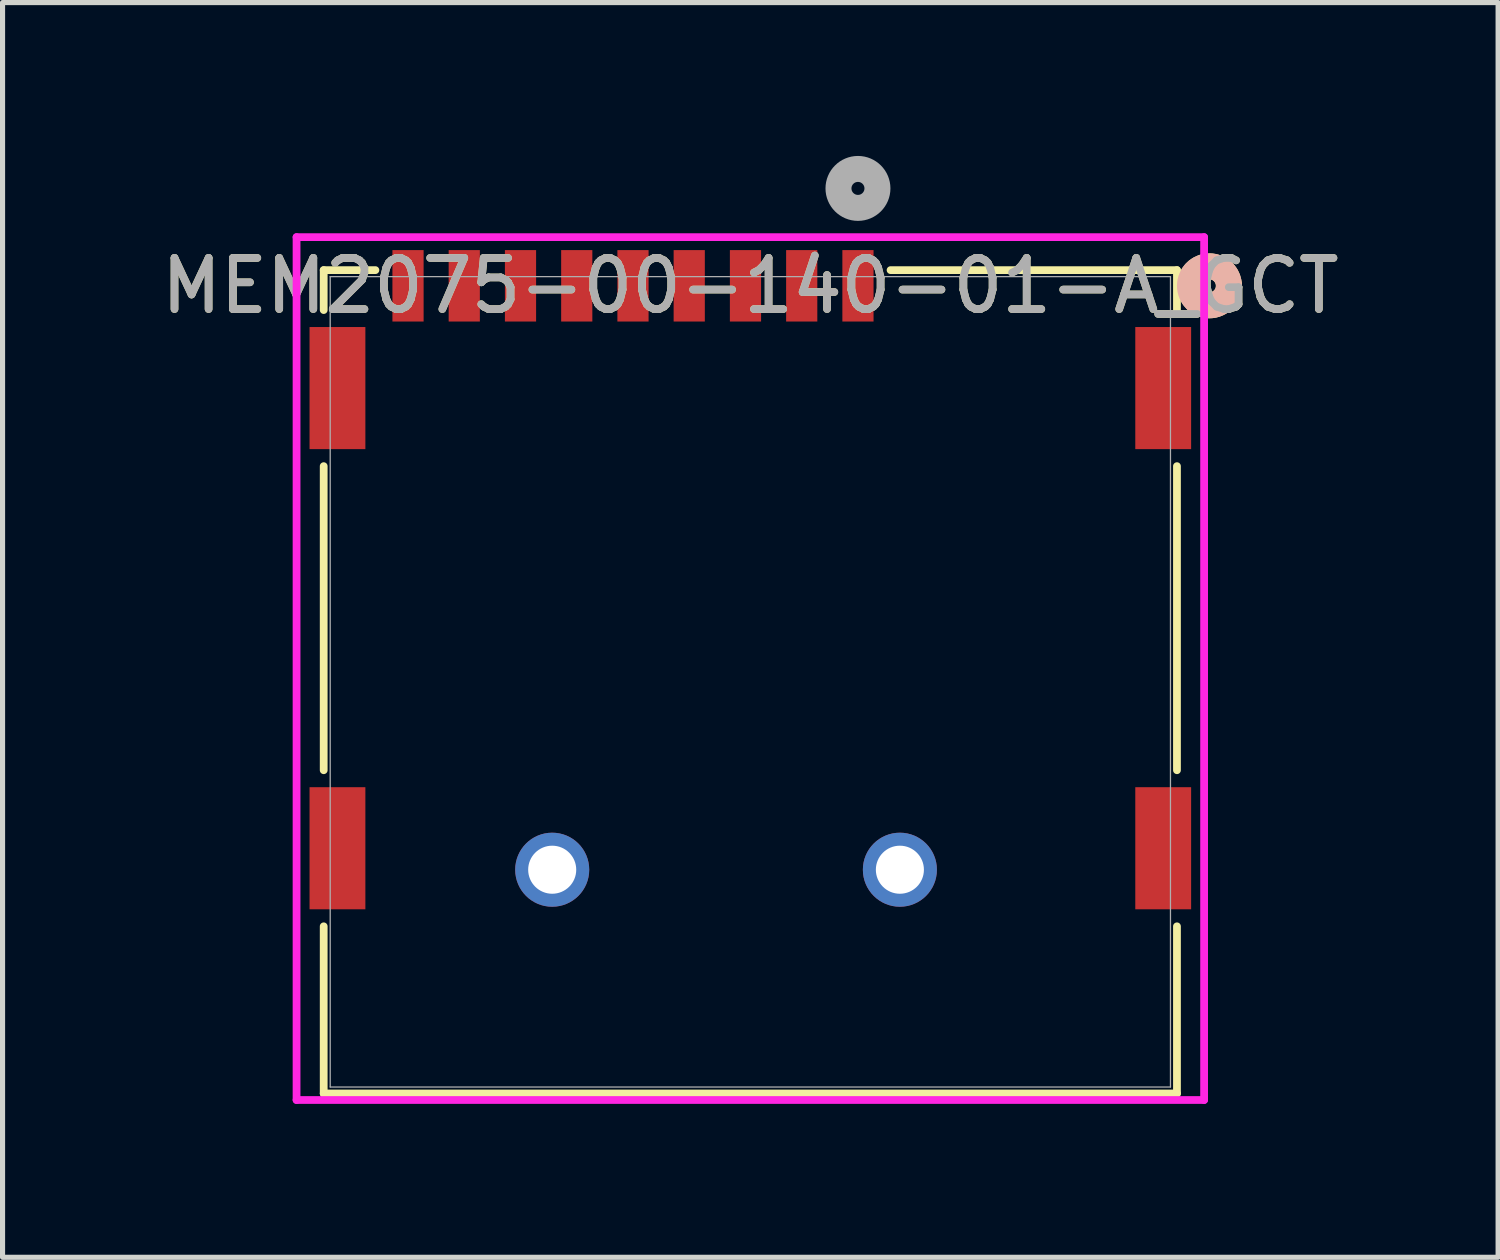
<source format=kicad_pcb>
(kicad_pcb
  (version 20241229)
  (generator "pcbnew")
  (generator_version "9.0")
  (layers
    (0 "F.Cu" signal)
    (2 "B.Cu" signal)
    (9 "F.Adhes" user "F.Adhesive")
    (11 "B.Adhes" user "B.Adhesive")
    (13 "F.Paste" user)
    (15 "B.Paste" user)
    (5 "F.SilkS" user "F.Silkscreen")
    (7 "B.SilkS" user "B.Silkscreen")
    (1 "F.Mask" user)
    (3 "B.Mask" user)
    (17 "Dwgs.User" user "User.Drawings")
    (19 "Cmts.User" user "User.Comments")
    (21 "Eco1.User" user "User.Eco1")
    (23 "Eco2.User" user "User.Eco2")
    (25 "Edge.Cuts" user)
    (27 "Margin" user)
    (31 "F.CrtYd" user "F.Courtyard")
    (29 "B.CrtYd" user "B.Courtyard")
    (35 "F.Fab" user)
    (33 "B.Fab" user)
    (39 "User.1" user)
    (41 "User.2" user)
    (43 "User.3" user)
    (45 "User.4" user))
  (footprint "MEM2075-00-140-01-A_GCT"
    (layer "F.Cu")
    (at 11.625 10.285)
    (property "Reference" "MEM2075-00-140-01-A_GCT" (at 0 -7.745 0) (unlocked yes) (layer "F.SilkS") (effects (font (size 1 1) (thickness 0.15))))
    (attr smd)
    (fp_line (start -8.344 -8.052) (end -8.344 -7.271) (stroke (width 0.152) (type solid)) (layer "F.SilkS"))
    (fp_line (start -8.344 -4.218) (end -8.344 1.729) (stroke (width 0.152) (type solid)) (layer "F.SilkS"))
    (fp_line (start -8.344 4.782) (end -8.344 8.052) (stroke (width 0.152) (type solid)) (layer "F.SilkS"))
    (fp_line (start -8.344 8.052) (end 8.344 8.052) (stroke (width 0.152) (type solid)) (layer "F.SilkS"))
    (fp_line (start -7.333 -8.052) (end -8.344 -8.052) (stroke (width 0.152) (type solid)) (layer "F.SilkS"))
    (fp_line (start 8.344 -8.052) (end 2.743 -8.052) (stroke (width 0.152) (type solid)) (layer "F.SilkS"))
    (fp_line (start 8.344 -7.271) (end 8.344 -8.052) (stroke (width 0.152) (type solid)) (layer "F.SilkS"))
    (fp_line (start 8.344 1.729) (end 8.344 -4.218) (stroke (width 0.152) (type solid)) (layer "F.SilkS"))
    (fp_line (start 8.344 8.052) (end 8.344 4.782) (stroke (width 0.152) (type solid)) (layer "F.SilkS"))
    (fp_arc (start 8.767855 -7.427592) (mid 8.798966 -8.080634) (end 9.3599 -7.7448) (stroke (width 0.508) (type solid)) (layer "F.SilkS"))
    (fp_arc (start 9.3599 -7.7448) (mid 9.212871 -7.444103) (end 8.885261 -7.375486) (stroke (width 0.508) (type solid)) (layer "F.SilkS"))
    (fp_circle (center 8.979 -7.745) (end 9.36 -7.745) (stroke (width 0.508) (type solid)) (fill no) (layer "B.SilkS"))
    (fp_line (start -8.875 -8.697) (end -8.875 8.179) (stroke (width 0.152) (type solid)) (layer "F.CrtYd"))
    (fp_line (start -8.875 8.179) (end 8.875 8.179) (stroke (width 0.152) (type solid)) (layer "F.CrtYd"))
    (fp_line (start 8.875 -8.697) (end -8.875 -8.697) (stroke (width 0.152) (type solid)) (layer "F.CrtYd"))
    (fp_line (start 8.875 8.179) (end 8.875 -8.697) (stroke (width 0.152) (type solid)) (layer "F.CrtYd"))
    (fp_line (start -8.217 -7.925) (end -8.217 7.925) (stroke (width 0.025) (type solid)) (layer "F.Fab"))
    (fp_line (start -8.217 7.925) (end 8.217 7.925) (stroke (width 0.025) (type solid)) (layer "F.Fab"))
    (fp_line (start 8.217 -7.925) (end -8.217 -7.925) (stroke (width 0.025) (type solid)) (layer "F.Fab"))
    (fp_line (start 8.217 7.925) (end 8.217 -7.925) (stroke (width 0.025) (type solid)) (layer "F.Fab"))
    (fp_circle (center 2.105 -9.65) (end 2.486 -9.65) (stroke (width 0.508) (type solid)) (fill no) (layer "F.Fab"))
    (fp_text user "${REFERENCE}" (at 0 -7.745 0) (unlocked yes) (layer "F.Fab") (effects (font (size 1 1) (thickness 0.15))))
    (pad "1" smd rect (at 2.105 -7.745) (size 0.61 1.397) (layers "F.Cu" "F.Mask" "F.Paste"))
    (pad "2" smd rect (at 1.005 -7.745) (size 0.61 1.397) (layers "F.Cu" "F.Mask" "F.Paste"))
    (pad "3" smd rect (at -0.095 -7.745) (size 0.61 1.397) (layers "F.Cu" "F.Mask" "F.Paste"))
    (pad "4" smd rect (at -1.195 -7.745) (size 0.61 1.397) (layers "F.Cu" "F.Mask" "F.Paste"))
    (pad "5" smd rect (at -2.295 -7.745) (size 0.61 1.397) (layers "F.Cu" "F.Mask" "F.Paste"))
    (pad "6" smd rect (at -3.395 -7.745) (size 0.61 1.397) (layers "F.Cu" "F.Mask" "F.Paste"))
    (pad "7" smd rect (at -4.495 -7.745) (size 0.61 1.397) (layers "F.Cu" "F.Mask" "F.Paste"))
    (pad "8" smd rect (at -5.595 -7.745) (size 0.61 1.397) (layers "F.Cu" "F.Mask" "F.Paste"))
    (pad "9" smd rect (at -6.695 -7.745) (size 0.61 1.397) (layers "F.Cu" "F.Mask" "F.Paste"))
    (pad "12" smd rect (at -8.075 -5.745) (size 1.092 2.388) (layers "F.Cu" "F.Mask" "F.Paste"))
    (pad "12" smd rect (at -8.075 3.255) (size 1.092 2.388) (layers "F.Cu" "F.Mask" "F.Paste"))
    (pad "12" smd rect (at 8.075 -5.745) (size 1.092 2.388) (layers "F.Cu" "F.Mask" "F.Paste"))
    (pad "12" smd rect (at 8.075 3.255) (size 1.092 2.388) (layers "F.Cu" "F.Mask" "F.Paste"))
    (pad "14" thru_hole circle (at -3.875 3.675) (size 1.448 1.448) (drill 0.94) (layers "*.Cu" "*.Mask"))
    (pad "15" thru_hole circle (at 2.925 3.675) (size 1.448 1.448) (drill 0.94) (layers "*.Cu" "*.Mask")))
  (gr_rect
    (start -3 -3)
    (end 26.25 21.54)
    (stroke (width 0.1) (type default))
    (fill no)
    (layer "Edge.Cuts")))
</source>
